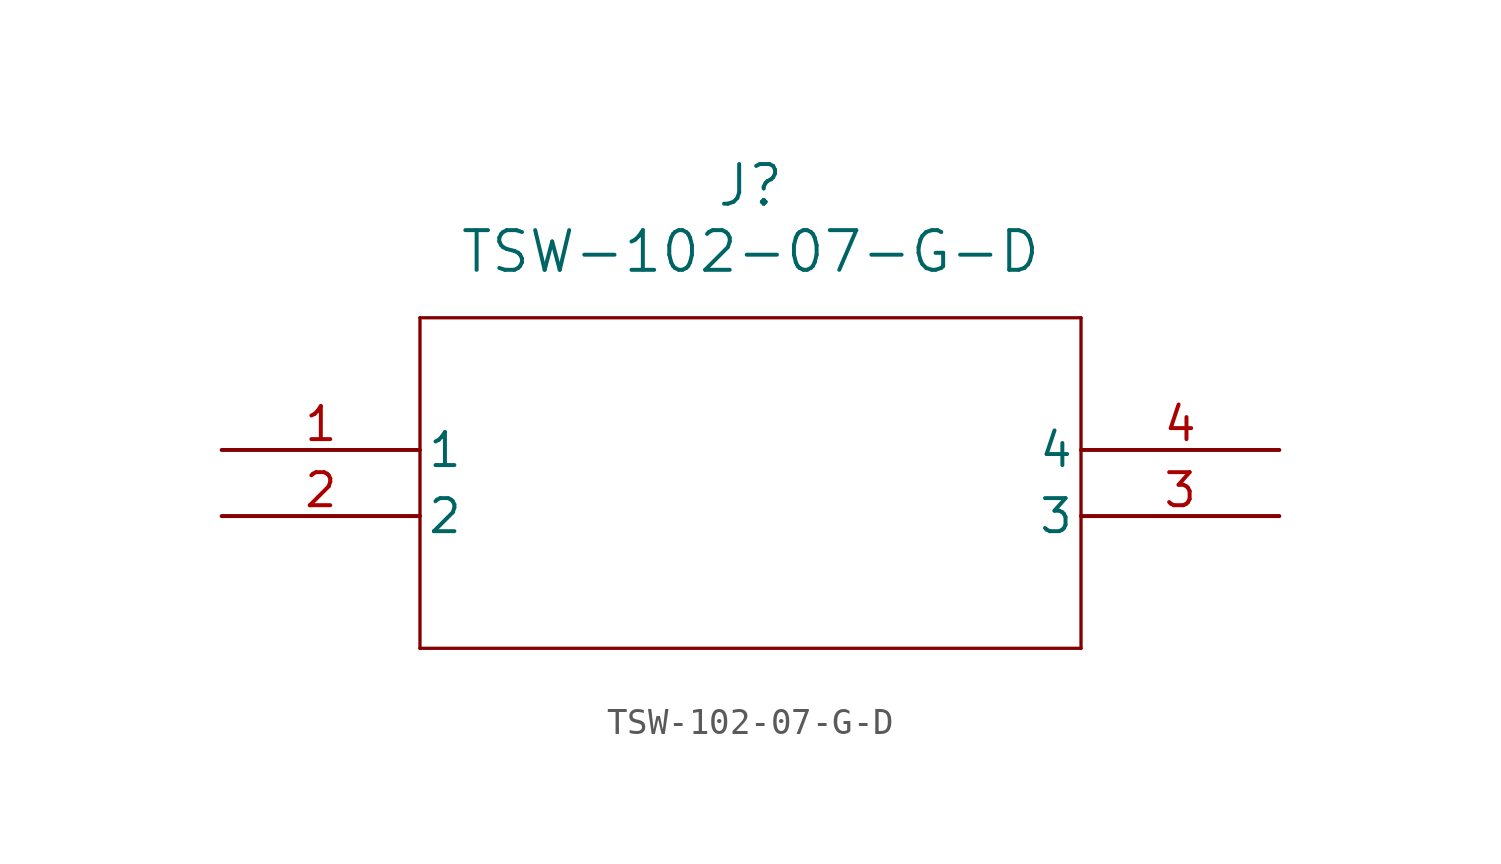
<source format=kicad_sym>
(kicad_symbol_lib
  (version 20211014)
  (generator kicad_symbol_editor)
  (symbol "TSW-102-07-G-D"
    (pin_names
      (offset 0.254))
    (property "Reference" "J"
      (at 20.32 10.16 0)
      (effects (font (size 1.524 1.524))))
    (property "Value" "TSW-102-07-G-D"
      (at 20.32 7.62 0)
      (effects (font (size 1.524 1.524))))
    (symbol "TSW-102-07-G-D_0_1"
      (polyline (pts (xy 7.62 5.08) (xy 7.62 -7.62)) (stroke (width 0.127) (type default) (color 0 0 0 0)) (fill (type none)))
      (polyline (pts (xy 7.62 -7.62) (xy 33.02 -7.62)) (stroke (width 0.127) (type default) (color 0 0 0 0)) (fill (type none)))
      (polyline (pts (xy 33.02 -7.62) (xy 33.02 5.08)) (stroke (width 0.127) (type default) (color 0 0 0 0)) (fill (type none)))
      (polyline (pts (xy 33.02 5.08) (xy 7.62 5.08)) (stroke (width 0.127) (type default) (color 0 0 0 0)) (fill (type none)))
      (pin unspecified line (at 0 0 0) (length 7.62) (name "1" (effects (font (size 1.27 1.27)))) (number "1" (effects (font (size 1.27 1.27)))))
      (pin unspecified line (at 0 -2.54 0) (length 7.62) (name "2" (effects (font (size 1.27 1.27)))) (number "2" (effects (font (size 1.27 1.27)))))
      (pin unspecified line (at 40.64 -2.54 180) (length 7.62) (name "3" (effects (font (size 1.27 1.27)))) (number "3" (effects (font (size 1.27 1.27)))))
      (pin unspecified line (at 40.64 0 180) (length 7.62) (name "4" (effects (font (size 1.27 1.27)))) (number "4" (effects (font (size 1.27 1.27))))))))
</source>
